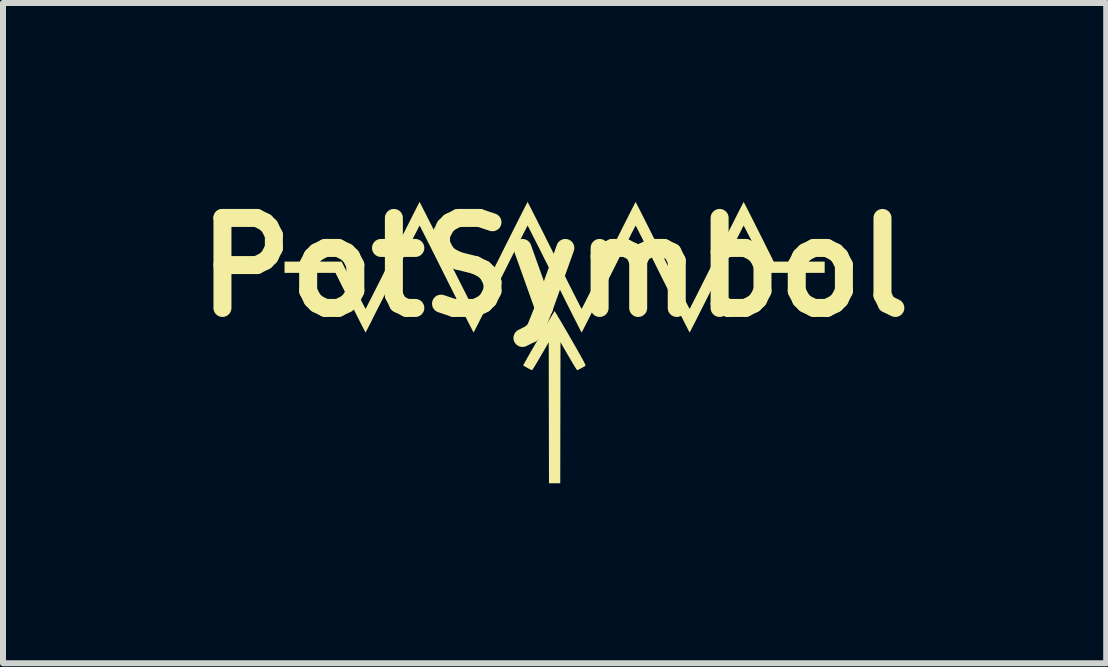
<source format=kicad_pcb>
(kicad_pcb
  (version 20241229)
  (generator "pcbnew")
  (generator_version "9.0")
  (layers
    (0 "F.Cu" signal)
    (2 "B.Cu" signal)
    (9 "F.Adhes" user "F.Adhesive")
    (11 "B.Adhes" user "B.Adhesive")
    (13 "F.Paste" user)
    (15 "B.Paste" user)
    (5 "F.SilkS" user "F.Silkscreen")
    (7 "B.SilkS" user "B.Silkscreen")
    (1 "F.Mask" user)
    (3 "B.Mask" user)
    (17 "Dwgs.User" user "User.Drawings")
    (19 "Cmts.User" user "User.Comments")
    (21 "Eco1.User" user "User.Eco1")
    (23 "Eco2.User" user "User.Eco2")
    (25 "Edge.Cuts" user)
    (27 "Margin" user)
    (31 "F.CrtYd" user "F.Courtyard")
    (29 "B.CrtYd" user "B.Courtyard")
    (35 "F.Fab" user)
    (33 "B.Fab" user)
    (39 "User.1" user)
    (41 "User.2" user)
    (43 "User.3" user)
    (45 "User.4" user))
  (footprint "PotSymbol"
    (layer "F.Cu")
    (at 6.193 1.404)
    (property "Reference" "PotSymbol" (at 0 0 0) (layer "F.SilkS") (effects (font (size 1.5 1.5) (thickness 0.3))))
    (attr board_only exclude_from_pos_files exclude_from_bom)
    (fp_poly (pts (xy 0.006 0.739) (xy 0.02 0.762) (xy 0.042 0.798) (xy 0.07 0.846) (xy 0.105 0.904) (xy 0.144 0.971) (xy 0.188 1.046) (xy 0.235 1.127) (xy 0.267 1.183) (xy 0.325 1.284) (xy 0.375 1.371) (xy 0.416 1.444) (xy 0.449 1.503) (xy 0.475 1.55) (xy 0.494 1.587) (xy 0.507 1.613) (xy 0.514 1.631) (xy 0.515 1.64) (xy 0.514 1.642) (xy 0.49 1.657) (xy 0.46 1.674) (xy 0.428 1.691) (xy 0.401 1.705) (xy 0.382 1.714) (xy 0.377 1.716) (xy 0.37 1.708) (xy 0.355 1.686) (xy 0.333 1.652) (xy 0.306 1.607) (xy 0.275 1.555) (xy 0.241 1.496) (xy 0.233 1.483) (xy 0.098 1.25) (xy 0.096 2.425) (xy 0.094 3.6) (xy 0 3.6) (xy -0.094 3.6) (xy -0.096 2.425) (xy -0.098 1.25) (xy -0.233 1.483) (xy -0.268 1.543) (xy -0.3 1.597) (xy -0.328 1.643) (xy -0.351 1.68) (xy -0.368 1.704) (xy -0.377 1.715) (xy -0.378 1.716) (xy -0.389 1.712) (xy -0.411 1.7) (xy -0.44 1.685) (xy -0.47 1.668) (xy -0.498 1.652) (xy -0.518 1.639) (xy -0.524 1.636) (xy -0.52 1.627) (xy -0.507 1.604) (xy -0.488 1.569) (xy -0.462 1.523) (xy -0.43 1.467) (xy -0.395 1.405) (xy -0.355 1.336) (xy -0.314 1.265) (xy -0.271 1.191) (xy -0.228 1.117) (xy -0.186 1.044) (xy -0.146 0.975) (xy -0.109 0.911) (xy -0.075 0.855) (xy -0.047 0.806) (xy -0.024 0.769) (xy -0.008 0.743) (xy -0.001 0.732) (xy 0 0.731)) (stroke (width 0) (type solid)) (fill yes) (layer "F.SilkS"))
    (fp_poly (pts (xy 3.155 -1.079) (xy 3.168 -1.056) (xy 3.187 -1.019) (xy 3.213 -0.969) (xy 3.244 -0.908) (xy 3.279 -0.838) (xy 3.319 -0.76) (xy 3.361 -0.675) (xy 3.404 -0.591) (xy 3.652 -0.094) (xy 4.076 -0.094) (xy 4.501 -0.094) (xy 4.501 0) (xy 4.501 0.094) (xy 4.025 0.094) (xy 3.549 0.094) (xy 3.352 -0.3) (xy 3.312 -0.38) (xy 3.275 -0.454) (xy 3.241 -0.521) (xy 3.211 -0.579) (xy 3.186 -0.627) (xy 3.167 -0.664) (xy 3.155 -0.686) (xy 3.15 -0.694) (xy 3.146 -0.686) (xy 3.133 -0.662) (xy 3.113 -0.623) (xy 3.087 -0.571) (xy 3.054 -0.507) (xy 3.016 -0.431) (xy 2.972 -0.345) (xy 2.924 -0.25) (xy 2.872 -0.147) (xy 2.817 -0.036) (xy 2.759 0.08) (xy 2.7 0.197) (xy 2.64 0.318) (xy 2.582 0.434) (xy 2.527 0.544) (xy 2.475 0.647) (xy 2.427 0.741) (xy 2.384 0.827) (xy 2.346 0.903) (xy 2.313 0.967) (xy 2.287 1.018) (xy 2.267 1.056) (xy 2.255 1.08) (xy 2.25 1.088) (xy 2.246 1.079) (xy 2.233 1.056) (xy 2.213 1.017) (xy 2.187 0.965) (xy 2.154 0.901) (xy 2.116 0.825) (xy 2.072 0.739) (xy 2.024 0.644) (xy 1.972 0.54) (xy 1.917 0.43) (xy 1.859 0.314) (xy 1.8 0.197) (xy 1.74 0.076) (xy 1.682 -0.04) (xy 1.627 -0.15) (xy 1.575 -0.253) (xy 1.527 -0.348) (xy 1.484 -0.433) (xy 1.446 -0.509) (xy 1.413 -0.573) (xy 1.387 -0.625) (xy 1.367 -0.663) (xy 1.355 -0.686) (xy 1.35 -0.694) (xy 1.345 -0.686) (xy 1.333 -0.662) (xy 1.313 -0.623) (xy 1.286 -0.571) (xy 1.254 -0.507) (xy 1.215 -0.431) (xy 1.172 -0.345) (xy 1.124 -0.25) (xy 1.072 -0.147) (xy 1.017 -0.036) (xy 0.959 0.08) (xy 0.9 0.197) (xy 0.84 0.318) (xy 0.782 0.434) (xy 0.726 0.544) (xy 0.675 0.647) (xy 0.627 0.741) (xy 0.584 0.827) (xy 0.545 0.903) (xy 0.513 0.967) (xy 0.487 1.018) (xy 0.467 1.056) (xy 0.455 1.08) (xy 0.45 1.088) (xy 0.445 1.079) (xy 0.433 1.056) (xy 0.413 1.017) (xy 0.386 0.965) (xy 0.354 0.901) (xy 0.315 0.825) (xy 0.272 0.739) (xy 0.224 0.644) (xy 0.172 0.54) (xy 0.117 0.43) (xy 0.059 0.314) (xy 0 0.197) (xy -0.06 0.076) (xy -0.118 -0.04) (xy -0.174 -0.15) (xy -0.225 -0.253) (xy -0.273 -0.348) (xy -0.316 -0.433) (xy -0.355 -0.509) (xy -0.387 -0.573) (xy -0.414 -0.625) (xy -0.433 -0.663) (xy -0.446 -0.686) (xy -0.45 -0.694) (xy -0.455 -0.686) (xy -0.467 -0.662) (xy -0.487 -0.623) (xy -0.514 -0.571) (xy -0.546 -0.507) (xy -0.585 -0.431) (xy -0.628 -0.345) (xy -0.676 -0.25) (xy -0.728 -0.147) (xy -0.783 -0.036) (xy -0.841 0.08) (xy -0.9 0.197) (xy -0.961 0.318) (xy -1.019 0.434) (xy -1.074 0.544) (xy -1.126 0.647) (xy -1.173 0.741) (xy -1.217 0.827) (xy -1.255 0.903) (xy -1.287 0.967) (xy -1.314 1.018) (xy -1.333 1.056) (xy -1.346 1.08) (xy -1.35 1.088) (xy -1.355 1.079) (xy -1.367 1.056) (xy -1.387 1.017) (xy -1.414 0.965) (xy -1.447 0.901) (xy -1.485 0.825) (xy -1.528 0.739) (xy -1.576 0.644) (xy -1.628 0.54) (xy -1.683 0.43) (xy -1.742 0.314) (xy -1.8 0.197) (xy -1.861 0.076) (xy -1.919 -0.04) (xy -1.974 -0.15) (xy -2.026 -0.253) (xy -2.073 -0.348) (xy -2.117 -0.433) (xy -2.155 -0.509) (xy -2.187 -0.573) (xy -2.214 -0.625) (xy -2.233 -0.663) (xy -2.246 -0.686) (xy -2.25 -0.694) (xy -2.255 -0.686) (xy -2.268 -0.662) (xy -2.287 -0.623) (xy -2.314 -0.571) (xy -2.347 -0.507) (xy -2.385 -0.431) (xy -2.428 -0.345) (xy -2.476 -0.25) (xy -2.528 -0.147) (xy -2.583 -0.036) (xy -2.642 0.08) (xy -2.7 0.197) (xy -2.761 0.318) (xy -2.819 0.434) (xy -2.874 0.544) (xy -2.926 0.647) (xy -2.974 0.741) (xy -3.017 0.827) (xy -3.055 0.903) (xy -3.088 0.967) (xy -3.114 1.018) (xy -3.134 1.056) (xy -3.146 1.08) (xy -3.15 1.088) (xy -3.155 1.079) (xy -3.168 1.056) (xy -3.187 1.019) (xy -3.213 0.969) (xy -3.244 0.908) (xy -3.279 0.838) (xy -3.319 0.76) (xy -3.361 0.675) (xy -3.404 0.591) (xy -3.652 0.094) (xy -4.076 0.094) (xy -4.501 0.094) (xy -4.501 0) (xy -4.501 -0.094) (xy -4.025 -0.094) (xy -3.549 -0.094) (xy -3.352 0.3) (xy -3.312 0.38) (xy -3.275 0.454) (xy -3.241 0.521) (xy -3.211 0.579) (xy -3.186 0.627) (xy -3.167 0.664) (xy -3.155 0.686) (xy -3.15 0.694) (xy -3.146 0.686) (xy -3.133 0.662) (xy -3.113 0.623) (xy -3.087 0.571) (xy -3.054 0.507) (xy -3.016 0.431) (xy -2.972 0.345) (xy -2.924 0.25) (xy -2.872 0.147) (xy -2.817 0.036) (xy -2.759 -0.08) (xy -2.7 -0.197) (xy -2.64 -0.318) (xy -2.582 -0.434) (xy -2.527 -0.544) (xy -2.475 -0.647) (xy -2.427 -0.741) (xy -2.384 -0.827) (xy -2.346 -0.903) (xy -2.313 -0.967) (xy -2.287 -1.018) (xy -2.267 -1.056) (xy -2.255 -1.08) (xy -2.25 -1.088) (xy -2.246 -1.079) (xy -2.233 -1.056) (xy -2.213 -1.017) (xy -2.187 -0.965) (xy -2.154 -0.901) (xy -2.116 -0.825) (xy -2.072 -0.739) (xy -2.024 -0.644) (xy -1.972 -0.54) (xy -1.917 -0.43) (xy -1.859 -0.314) (xy -1.8 -0.197) (xy -1.74 -0.076) (xy -1.682 0.04) (xy -1.627 0.15) (xy -1.575 0.253) (xy -1.527 0.348) (xy -1.484 0.433) (xy -1.446 0.509) (xy -1.413 0.573) (xy -1.387 0.625) (xy -1.367 0.663) (xy -1.355 0.686) (xy -1.35 0.694) (xy -1.345 0.686) (xy -1.333 0.662) (xy -1.313 0.623) (xy -1.286 0.571) (xy -1.254 0.507) (xy -1.215 0.431) (xy -1.172 0.345) (xy -1.124 0.25) (xy -1.072 0.147) (xy -1.017 0.036) (xy -0.959 -0.08) (xy -0.9 -0.197) (xy -0.84 -0.318) (xy -0.782 -0.434) (xy -0.726 -0.544) (xy -0.675 -0.647) (xy -0.627 -0.741) (xy -0.584 -0.827) (xy -0.545 -0.903) (xy -0.513 -0.967) (xy -0.487 -1.018) (xy -0.467 -1.056) (xy -0.455 -1.08) (xy -0.45 -1.088) (xy -0.445 -1.079) (xy -0.433 -1.056) (xy -0.413 -1.017) (xy -0.386 -0.965) (xy -0.354 -0.901) (xy -0.315 -0.825) (xy -0.272 -0.739) (xy -0.224 -0.644) (xy -0.172 -0.54) (xy -0.117 -0.43) (xy -0.059 -0.314) (xy 0 -0.197) (xy 0.06 -0.076) (xy 0.118 0.04) (xy 0.174 0.15) (xy 0.225 0.253) (xy 0.273 0.348) (xy 0.316 0.433) (xy 0.355 0.509) (xy 0.387 0.573) (xy 0.414 0.625) (xy 0.433 0.663) (xy 0.446 0.686) (xy 0.45 0.694) (xy 0.455 0.686) (xy 0.467 0.662) (xy 0.487 0.623) (xy 0.514 0.571) (xy 0.546 0.507) (xy 0.585 0.431) (xy 0.628 0.345) (xy 0.676 0.25) (xy 0.728 0.147) (xy 0.783 0.036) (xy 0.841 -0.08) (xy 0.9 -0.197) (xy 0.961 -0.318) (xy 1.019 -0.434) (xy 1.074 -0.544) (xy 1.126 -0.647) (xy 1.173 -0.741) (xy 1.217 -0.827) (xy 1.255 -0.903) (xy 1.287 -0.967) (xy 1.314 -1.018) (xy 1.333 -1.056) (xy 1.346 -1.08) (xy 1.35 -1.088) (xy 1.355 -1.079) (xy 1.367 -1.056) (xy 1.387 -1.017) (xy 1.414 -0.965) (xy 1.447 -0.901) (xy 1.485 -0.825) (xy 1.528 -0.739) (xy 1.576 -0.644) (xy 1.628 -0.54) (xy 1.683 -0.43) (xy 1.742 -0.314) (xy 1.8 -0.197) (xy 1.861 -0.076) (xy 1.919 0.04) (xy 1.974 0.15) (xy 2.026 0.253) (xy 2.073 0.348) (xy 2.117 0.433) (xy 2.155 0.509) (xy 2.187 0.573) (xy 2.214 0.625) (xy 2.233 0.663) (xy 2.246 0.686) (xy 2.25 0.694) (xy 2.255 0.686) (xy 2.268 0.662) (xy 2.287 0.623) (xy 2.314 0.571) (xy 2.347 0.507) (xy 2.385 0.431) (xy 2.428 0.345) (xy 2.476 0.25) (xy 2.528 0.147) (xy 2.583 0.036) (xy 2.642 -0.08) (xy 2.7 -0.197) (xy 2.761 -0.318) (xy 2.819 -0.434) (xy 2.874 -0.544) (xy 2.926 -0.647) (xy 2.974 -0.741) (xy 3.017 -0.827) (xy 3.055 -0.903) (xy 3.088 -0.967) (xy 3.114 -1.018) (xy 3.134 -1.056) (xy 3.146 -1.08) (xy 3.15 -1.088)) (stroke (width 0) (type solid)) (fill yes) (layer "F.SilkS")))
  (gr_rect
    (start -3 -3)
    (end 15.386 8.004)
    (stroke (width 0.1) (type default))
    (fill no)
    (layer "Edge.Cuts")))
</source>
